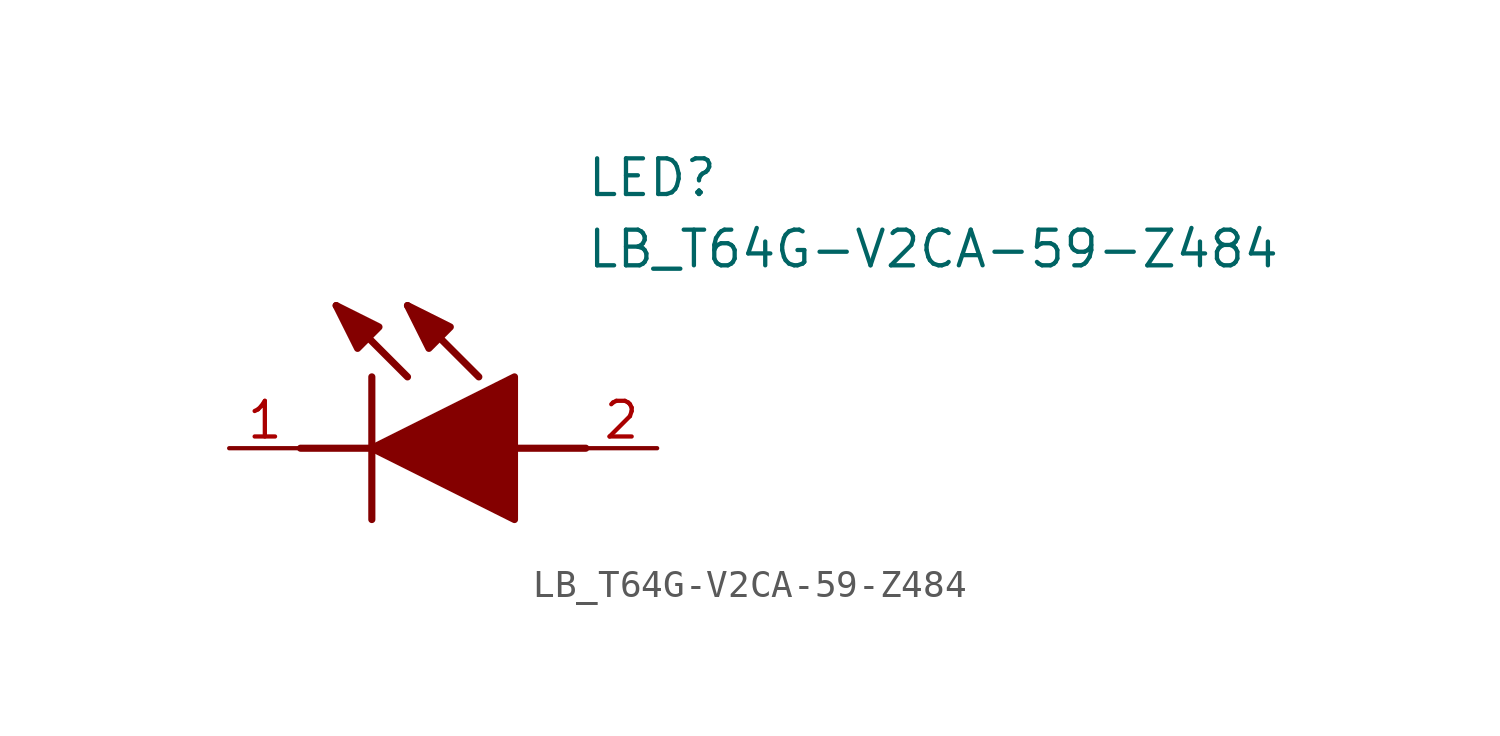
<source format=kicad_sym>
(kicad_symbol_lib
  (version 20211014)
  (generator SamacSys_ECAD_Model)
  (symbol "LB_T64G-V2CA-59-Z484"
    (pin_names hide)
    (property "Reference" "LED"
      (at 12.7 8.89 0)
      (effects (font (size 1.27 1.27)) (justify left bottom)))
    (property "Value" "LB_T64G-V2CA-59-Z484"
      (at 12.7 6.35 0)
      (effects (font (size 1.27 1.27)) (justify left bottom)))
    (polyline
      (pts (xy 5.08 2.54) (xy 5.08 -2.54))
      (stroke (width 0.254) (type default))
      (fill (type none)))
    (polyline
      (pts (xy 6.35 2.54) (xy 3.81 5.08))
      (stroke (width 0.254) (type default))
      (fill (type none)))
    (polyline
      (pts (xy 8.89 2.54) (xy 6.35 5.08))
      (stroke (width 0.254) (type default))
      (fill (type none)))
    (polyline
      (pts (xy 2.54 0) (xy 5.08 0))
      (stroke (width 0.254) (type default))
      (fill (type none)))
    (polyline
      (pts (xy 10.16 0) (xy 12.7 0))
      (stroke (width 0.254) (type default))
      (fill (type none)))
    (polyline
      (pts (xy 5.08 0) (xy 10.16 2.54) (xy 10.16 -2.54) (xy 5.08 0))
      (stroke (width 0.254) (type default))
      (fill (type outline)))
    (polyline
      (pts (xy 5.334 4.318) (xy 4.572 3.556) (xy 3.81 5.08) (xy 5.334 4.318))
      (stroke (width 0.254) (type default))
      (fill (type outline)))
    (polyline
      (pts (xy 7.874 4.318) (xy 7.112 3.556) (xy 6.35 5.08) (xy 7.874 4.318))
      (stroke (width 0.254) (type default))
      (fill (type outline)))
    (pin passive line
      (at 0 0 0)
      (length 2.54)
      (name "K" (effects (font (size 1.27 1.27))))
      (number "1" (effects (font (size 1.27 1.27)))))
    (pin passive line
      (at 15.24 0 180)
      (length 2.54)
      (name "A" (effects (font (size 1.27 1.27))))
      (number "2" (effects (font (size 1.27 1.27)))))))
</source>
